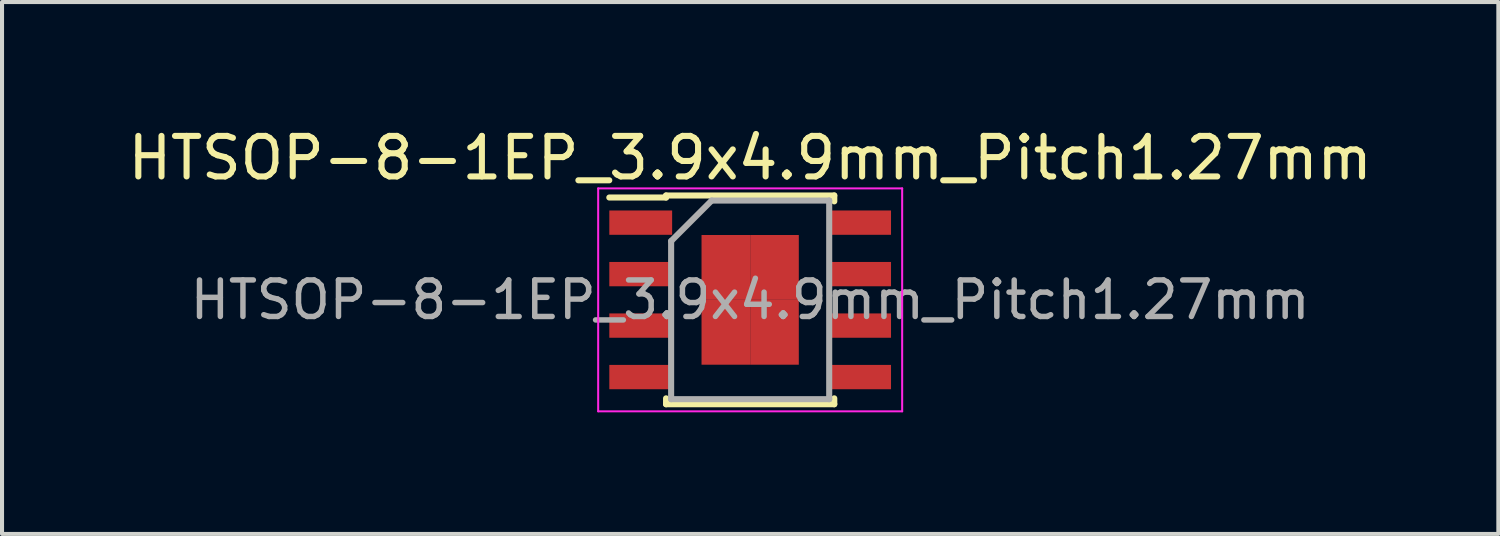
<source format=kicad_pcb>
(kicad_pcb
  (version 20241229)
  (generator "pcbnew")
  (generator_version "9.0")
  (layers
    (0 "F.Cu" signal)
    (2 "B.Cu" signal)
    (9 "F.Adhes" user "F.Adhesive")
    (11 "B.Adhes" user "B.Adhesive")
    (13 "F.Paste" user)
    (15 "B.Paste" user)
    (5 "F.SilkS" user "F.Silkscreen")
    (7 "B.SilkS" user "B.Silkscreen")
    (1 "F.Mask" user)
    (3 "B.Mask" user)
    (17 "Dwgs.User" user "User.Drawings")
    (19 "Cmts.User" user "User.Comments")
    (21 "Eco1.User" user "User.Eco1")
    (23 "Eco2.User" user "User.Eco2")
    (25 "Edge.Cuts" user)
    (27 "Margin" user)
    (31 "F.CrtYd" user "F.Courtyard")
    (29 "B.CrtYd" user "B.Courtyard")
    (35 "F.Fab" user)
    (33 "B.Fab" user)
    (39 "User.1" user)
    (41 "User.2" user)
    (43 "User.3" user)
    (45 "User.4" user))
  (footprint "HTSOP-8-1EP_3.9x4.9mm_Pitch1.27mm"
    (layer "F.Cu")
    (at 15.458 4.348)
    (property "Reference" "HTSOP-8-1EP_3.9x4.9mm_Pitch1.27mm" (at 0 -3.5 0) (layer "F.SilkS") (effects (font (size 1 1) (thickness 0.15))))
    (attr smd)
    (fp_line (start -2.075 -2.575) (end -2.075 -2.525) (stroke (width 0.15) (type solid)) (layer "F.SilkS"))
    (fp_line (start -2.075 -2.575) (end 2.075 -2.575) (stroke (width 0.15) (type solid)) (layer "F.SilkS"))
    (fp_line (start -2.075 -2.525) (end -3.475 -2.525) (stroke (width 0.15) (type solid)) (layer "F.SilkS"))
    (fp_line (start -2.075 2.575) (end -2.075 2.43) (stroke (width 0.15) (type solid)) (layer "F.SilkS"))
    (fp_line (start -2.075 2.575) (end 2.075 2.575) (stroke (width 0.15) (type solid)) (layer "F.SilkS"))
    (fp_line (start 2.075 -2.575) (end 2.075 -2.43) (stroke (width 0.15) (type solid)) (layer "F.SilkS"))
    (fp_line (start 2.075 2.575) (end 2.075 2.43) (stroke (width 0.15) (type solid)) (layer "F.SilkS"))
    (fp_line (start -3.75 -2.75) (end -3.75 2.75) (stroke (width 0.05) (type solid)) (layer "F.CrtYd"))
    (fp_line (start -3.75 -2.75) (end 3.75 -2.75) (stroke (width 0.05) (type solid)) (layer "F.CrtYd"))
    (fp_line (start -3.75 2.75) (end 3.75 2.75) (stroke (width 0.05) (type solid)) (layer "F.CrtYd"))
    (fp_line (start 3.75 -2.75) (end 3.75 2.75) (stroke (width 0.05) (type solid)) (layer "F.CrtYd"))
    (fp_line (start -1.95 -1.45) (end -0.95 -2.45) (stroke (width 0.15) (type solid)) (layer "F.Fab"))
    (fp_line (start -1.95 2.45) (end -1.95 -1.45) (stroke (width 0.15) (type solid)) (layer "F.Fab"))
    (fp_line (start -0.95 -2.45) (end 1.95 -2.45) (stroke (width 0.15) (type solid)) (layer "F.Fab"))
    (fp_line (start 1.95 -2.45) (end 1.95 2.45) (stroke (width 0.15) (type solid)) (layer "F.Fab"))
    (fp_line (start 1.95 2.45) (end -1.95 2.45) (stroke (width 0.15) (type solid)) (layer "F.Fab"))
    (fp_text user "${REFERENCE}" (at 0 0 0) (layer "F.Fab") (effects (font (size 0.9 0.9) (thickness 0.135))))
    (pad "1" smd rect (at -2.7 -1.905) (size 1.55 0.6) (layers "F.Cu" "F.Mask" "F.Paste"))
    (pad "2" smd rect (at -2.7 -0.635) (size 1.55 0.6) (layers "F.Cu" "F.Mask" "F.Paste"))
    (pad "3" smd rect (at -2.7 0.635) (size 1.55 0.6) (layers "F.Cu" "F.Mask" "F.Paste"))
    (pad "4" smd rect (at -2.7 1.905) (size 1.55 0.6) (layers "F.Cu" "F.Mask" "F.Paste"))
    (pad "5" smd rect (at 2.7 1.905) (size 1.55 0.6) (layers "F.Cu" "F.Mask" "F.Paste"))
    (pad "6" smd rect (at 2.7 0.635) (size 1.55 0.6) (layers "F.Cu" "F.Mask" "F.Paste"))
    (pad "7" smd rect (at 2.7 -0.635) (size 1.55 0.6) (layers "F.Cu" "F.Mask" "F.Paste"))
    (pad "8" smd rect (at 2.7 -1.905) (size 1.55 0.6) (layers "F.Cu" "F.Mask" "F.Paste"))
    (pad "9" smd rect (at -0.6 -0.8) (size 1.2 1.6) (layers "F.Cu" "F.Mask" "F.Paste"))
    (pad "9" smd rect (at -0.6 0.8) (size 1.2 1.6) (layers "F.Cu" "F.Mask" "F.Paste"))
    (pad "9" smd rect (at 0.6 -0.8) (size 1.2 1.6) (layers "F.Cu" "F.Mask" "F.Paste"))
    (pad "9" smd rect (at 0.6 0.8) (size 1.2 1.6) (layers "F.Cu" "F.Mask" "F.Paste")))
  (gr_rect
    (start -3 -3)
    (end 33.917 10.123)
    (stroke (width 0.1) (type default))
    (fill no)
    (layer "Edge.Cuts")))
</source>
